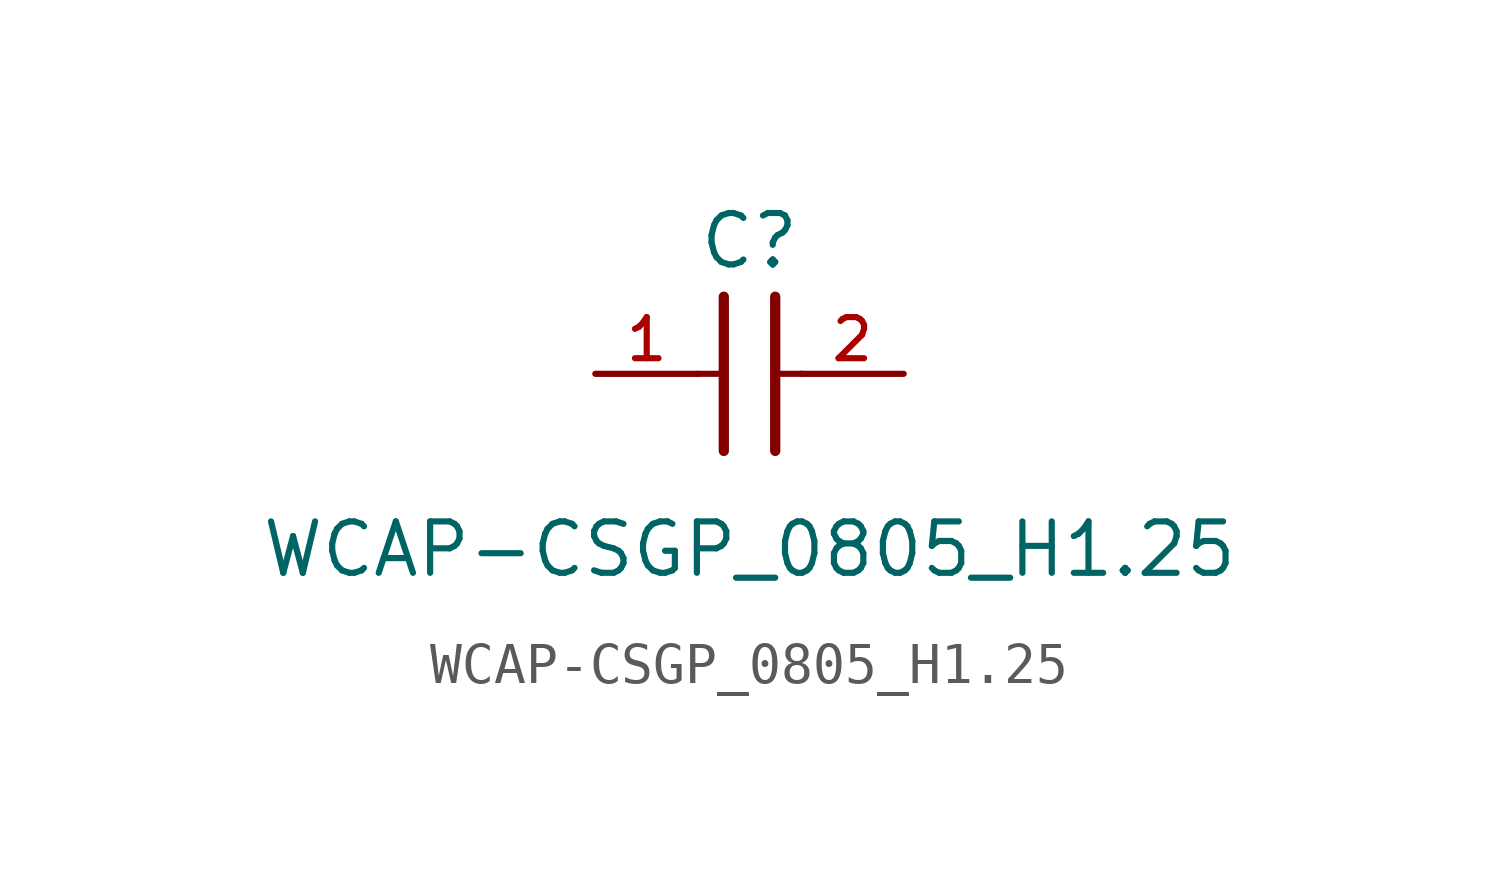
<source format=kicad_sym>
(kicad_symbol_lib
  (version 20211014)
  (generator kicad_symbol_editor)
  (symbol "WCAP-CSGP_0805_H1.25"
    (pin_names
      (offset 1.016))
    (property "Reference" "C"
      (at 1.27 2.54 0)
      (effects (font (size 1.27 1.27)) (justify bottom)))
    (property "Value" "WCAP-CSGP_0805_H1.25"
      (at 1.27 -5.08 0)
      (effects (font (size 1.27 1.27)) (justify bottom)))
    (symbol "WCAP-CSGP_0805_H1.25_0_0"
      (polyline (pts (xy 1.905 1.905) (xy 1.905 -1.905)) (stroke (width 0.254)))
      (polyline (pts (xy 0.635 -1.905) (xy 0.635 1.905)) (stroke (width 0.254)))
      (polyline (pts (xy 0.0 0.0) (xy 0.643 0.0)) (stroke (width 0.152)))
      (polyline (pts (xy 1.928 0.0) (xy 2.57 0.0)) (stroke (width 0.152)))
      (pin passive line (at -2.54 0.0 0) (length 2.54) (name "~" (effects (font (size 1.016 1.016)))) (number "1" (effects (font (size 1.016 1.016)))))
      (pin passive line (at 5.08 0.0 180.0) (length 2.54) (name "~" (effects (font (size 1.016 1.016)))) (number "2" (effects (font (size 1.016 1.016))))))))
</source>
